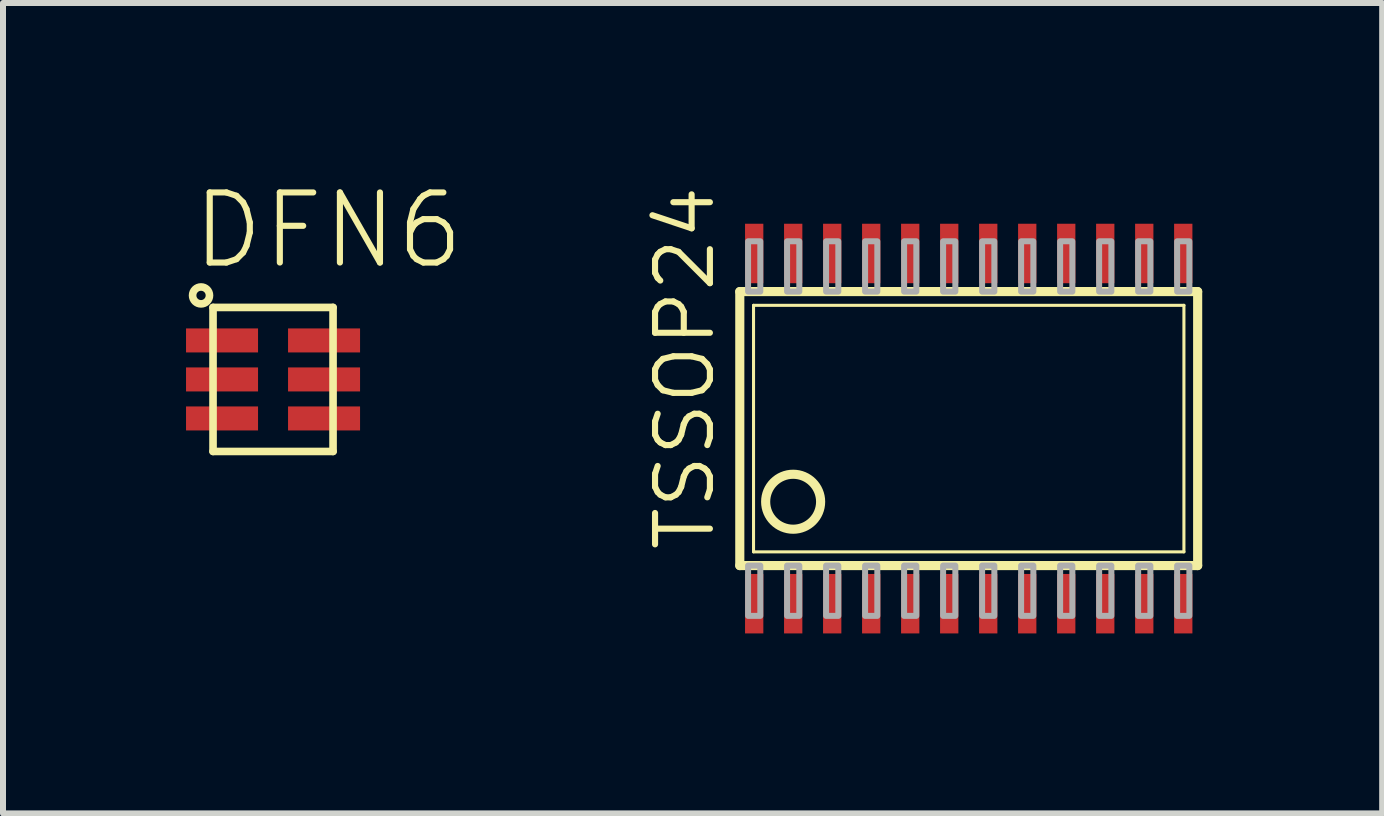
<source format=kicad_pcb>
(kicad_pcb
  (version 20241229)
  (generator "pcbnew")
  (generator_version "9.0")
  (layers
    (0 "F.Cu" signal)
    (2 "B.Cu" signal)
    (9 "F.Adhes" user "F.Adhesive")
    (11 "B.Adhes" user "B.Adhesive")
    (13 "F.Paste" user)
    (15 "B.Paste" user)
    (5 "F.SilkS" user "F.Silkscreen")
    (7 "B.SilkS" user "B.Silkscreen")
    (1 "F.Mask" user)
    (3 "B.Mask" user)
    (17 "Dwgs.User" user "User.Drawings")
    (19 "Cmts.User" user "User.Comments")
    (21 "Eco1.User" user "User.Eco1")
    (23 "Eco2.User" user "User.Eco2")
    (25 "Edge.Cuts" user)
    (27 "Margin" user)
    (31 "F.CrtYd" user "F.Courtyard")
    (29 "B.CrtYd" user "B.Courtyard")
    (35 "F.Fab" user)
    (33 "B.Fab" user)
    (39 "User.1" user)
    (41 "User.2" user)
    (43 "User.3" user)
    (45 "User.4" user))
  (footprint "DFN6"
    (layer "F.Cu")
    (at 1.5 3.273)
    (property "Reference" "DFN6" (at -1.4 -1.8 0) (unlocked yes) (layer "F.SilkS") (effects (font (size 1.168 1.168) (thickness 0.102)) (justify left bottom)))
    (fp_poly (pts (xy -1.5 -0.4) (xy -0.2 -0.4) (xy -0.2 -0.9) (xy -1.5 -0.9)) (stroke (width 0) (type default)) (fill yes) (layer "F.Mask"))
    (fp_poly (pts (xy -1.5 0.25) (xy -0.2 0.25) (xy -0.2 -0.25) (xy -1.5 -0.25)) (stroke (width 0) (type default)) (fill yes) (layer "F.Mask"))
    (fp_poly (pts (xy -1.5 0.9) (xy -0.2 0.9) (xy -0.2 0.4) (xy -1.5 0.4)) (stroke (width 0) (type default)) (fill yes) (layer "F.Mask"))
    (fp_poly (pts (xy 0.2 -0.4) (xy 1.5 -0.4) (xy 1.5 -0.9) (xy 0.2 -0.9)) (stroke (width 0) (type default)) (fill yes) (layer "F.Mask"))
    (fp_poly (pts (xy 0.2 0.25) (xy 1.5 0.25) (xy 1.5 -0.25) (xy 0.2 -0.25)) (stroke (width 0) (type default)) (fill yes) (layer "F.Mask"))
    (fp_poly (pts (xy 0.2 0.9) (xy 1.5 0.9) (xy 1.5 0.4) (xy 0.2 0.4)) (stroke (width 0) (type default)) (fill yes) (layer "F.Mask"))
    (fp_line (start -1 -1.2) (end -1 1.2) (stroke (width 0.127) (type solid)) (layer "F.SilkS"))
    (fp_line (start -1 1.2) (end 1 1.2) (stroke (width 0.127) (type solid)) (layer "F.SilkS"))
    (fp_line (start 1 -1.2) (end -1 -1.2) (stroke (width 0.127) (type solid)) (layer "F.SilkS"))
    (fp_line (start 1 1.2) (end 1 -1.2) (stroke (width 0.127) (type solid)) (layer "F.SilkS"))
    (fp_circle (center -1.2 -1.4) (end -1.059 -1.4) (stroke (width 0.127) (type solid)) (fill no) (layer "F.SilkS"))
    (fp_poly (pts (xy -1.4 -0.5) (xy -0.3 -0.5) (xy -0.3 -0.8) (xy -1.4 -0.8)) (stroke (width 0) (type default)) (fill yes) (layer "F.Paste"))
    (fp_poly (pts (xy -1.4 0.15) (xy -0.3 0.15) (xy -0.3 -0.15) (xy -1.4 -0.15)) (stroke (width 0) (type default)) (fill yes) (layer "F.Paste"))
    (fp_poly (pts (xy -1.4 0.8) (xy -0.3 0.8) (xy -0.3 0.5) (xy -1.4 0.5)) (stroke (width 0) (type default)) (fill yes) (layer "F.Paste"))
    (fp_poly (pts (xy 0.3 -0.5) (xy 1.4 -0.5) (xy 1.4 -0.8) (xy 0.3 -0.8)) (stroke (width 0) (type default)) (fill yes) (layer "F.Paste"))
    (fp_poly (pts (xy 0.3 0.15) (xy 1.4 0.15) (xy 1.4 -0.15) (xy 0.3 -0.15)) (stroke (width 0) (type default)) (fill yes) (layer "F.Paste"))
    (fp_poly (pts (xy 0.3 0.8) (xy 1.4 0.8) (xy 1.4 0.5) (xy 0.3 0.5)) (stroke (width 0) (type default)) (fill yes) (layer "F.Paste"))
    (pad "1" smd rect (at -0.85 -0.65) (size 1.2 0.4) (layers "F.Cu"))
    (pad "2" smd rect (at -0.85 0) (size 1.2 0.4) (layers "F.Cu"))
    (pad "3" smd rect (at -0.85 0.65) (size 1.2 0.4) (layers "F.Cu"))
    (pad "4" smd rect (at 0.85 0.65) (size 1.2 0.4) (layers "F.Cu"))
    (pad "5" smd rect (at 0.85 0) (size 1.2 0.4) (layers "F.Cu"))
    (pad "6" smd rect (at 0.85 -0.65) (size 1.2 0.4) (layers "F.Cu")))
  (footprint "TSSOP24"
    (layer "F.Cu")
    (at 13.093 4.092)
    (property "Reference" "TSSOP24" (at -4.196 2.083 90) (unlocked yes) (layer "F.SilkS") (effects (font (size 0.914 0.914) (thickness 0.102)) (justify left bottom)))
    (fp_line (start -3.815 2.283) (end -3.815 -2.283) (stroke (width 0.152) (type solid)) (layer "F.SilkS"))
    (fp_line (start -3.815 2.283) (end 3.815 2.283) (stroke (width 0.152) (type solid)) (layer "F.SilkS"))
    (fp_line (start -3.586 2.054) (end -3.586 -2.054) (stroke (width 0.051) (type solid)) (layer "F.SilkS"))
    (fp_line (start -3.586 2.054) (end 3.586 2.054) (stroke (width 0.051) (type solid)) (layer "F.SilkS"))
    (fp_line (start 3.586 -2.054) (end -3.586 -2.054) (stroke (width 0.051) (type solid)) (layer "F.SilkS"))
    (fp_line (start 3.586 -2.054) (end 3.586 2.054) (stroke (width 0.051) (type solid)) (layer "F.SilkS"))
    (fp_line (start 3.815 -2.283) (end -3.815 -2.283) (stroke (width 0.152) (type solid)) (layer "F.SilkS"))
    (fp_line (start 3.815 -2.283) (end 3.815 2.283) (stroke (width 0.152) (type solid)) (layer "F.SilkS"))
    (fp_circle (center -2.926 1.219) (end -2.468 1.219) (stroke (width 0.152) (type solid)) (fill no) (layer "F.SilkS"))
    (fp_poly (pts (xy -3.677 -2.283) (xy -3.473 -2.283) (xy -3.473 -3.121) (xy -3.677 -3.121)) (stroke (width 0.1) (type default)) (fill no) (layer "F.Fab"))
    (fp_poly (pts (xy -3.677 3.121) (xy -3.473 3.121) (xy -3.473 2.283) (xy -3.677 2.283)) (stroke (width 0.1) (type default)) (fill no) (layer "F.Fab"))
    (fp_poly (pts (xy -3.027 -2.283) (xy -2.823 -2.283) (xy -2.823 -3.121) (xy -3.027 -3.121)) (stroke (width 0.1) (type default)) (fill no) (layer "F.Fab"))
    (fp_poly (pts (xy -3.027 3.121) (xy -2.823 3.121) (xy -2.823 2.283) (xy -3.027 2.283)) (stroke (width 0.1) (type default)) (fill no) (layer "F.Fab"))
    (fp_poly (pts (xy -2.377 -2.283) (xy -2.173 -2.283) (xy -2.173 -3.121) (xy -2.377 -3.121)) (stroke (width 0.1) (type default)) (fill no) (layer "F.Fab"))
    (fp_poly (pts (xy -2.377 3.121) (xy -2.173 3.121) (xy -2.173 2.283) (xy -2.377 2.283)) (stroke (width 0.1) (type default)) (fill no) (layer "F.Fab"))
    (fp_poly (pts (xy -1.727 -2.283) (xy -1.523 -2.283) (xy -1.523 -3.121) (xy -1.727 -3.121)) (stroke (width 0.1) (type default)) (fill no) (layer "F.Fab"))
    (fp_poly (pts (xy -1.727 3.121) (xy -1.523 3.121) (xy -1.523 2.283) (xy -1.727 2.283)) (stroke (width 0.1) (type default)) (fill no) (layer "F.Fab"))
    (fp_poly (pts (xy -1.077 -2.283) (xy -0.873 -2.283) (xy -0.873 -3.121) (xy -1.077 -3.121)) (stroke (width 0.1) (type default)) (fill no) (layer "F.Fab"))
    (fp_poly (pts (xy -1.077 3.121) (xy -0.873 3.121) (xy -0.873 2.283) (xy -1.077 2.283)) (stroke (width 0.1) (type default)) (fill no) (layer "F.Fab"))
    (fp_poly (pts (xy -0.427 -2.283) (xy -0.223 -2.283) (xy -0.223 -3.121) (xy -0.427 -3.121)) (stroke (width 0.1) (type default)) (fill no) (layer "F.Fab"))
    (fp_poly (pts (xy -0.427 3.121) (xy -0.223 3.121) (xy -0.223 2.283) (xy -0.427 2.283)) (stroke (width 0.1) (type default)) (fill no) (layer "F.Fab"))
    (fp_poly (pts (xy 0.223 -2.283) (xy 0.427 -2.283) (xy 0.427 -3.121) (xy 0.223 -3.121)) (stroke (width 0.1) (type default)) (fill no) (layer "F.Fab"))
    (fp_poly (pts (xy 0.223 3.121) (xy 0.427 3.121) (xy 0.427 2.283) (xy 0.223 2.283)) (stroke (width 0.1) (type default)) (fill no) (layer "F.Fab"))
    (fp_poly (pts (xy 0.873 -2.283) (xy 1.077 -2.283) (xy 1.077 -3.121) (xy 0.873 -3.121)) (stroke (width 0.1) (type default)) (fill no) (layer "F.Fab"))
    (fp_poly (pts (xy 0.873 3.121) (xy 1.077 3.121) (xy 1.077 2.283) (xy 0.873 2.283)) (stroke (width 0.1) (type default)) (fill no) (layer "F.Fab"))
    (fp_poly (pts (xy 1.523 -2.283) (xy 1.727 -2.283) (xy 1.727 -3.121) (xy 1.523 -3.121)) (stroke (width 0.1) (type default)) (fill no) (layer "F.Fab"))
    (fp_poly (pts (xy 1.523 3.121) (xy 1.727 3.121) (xy 1.727 2.283) (xy 1.523 2.283)) (stroke (width 0.1) (type default)) (fill no) (layer "F.Fab"))
    (fp_poly (pts (xy 2.173 -2.283) (xy 2.377 -2.283) (xy 2.377 -3.121) (xy 2.173 -3.121)) (stroke (width 0.1) (type default)) (fill no) (layer "F.Fab"))
    (fp_poly (pts (xy 2.173 3.121) (xy 2.377 3.121) (xy 2.377 2.283) (xy 2.173 2.283)) (stroke (width 0.1) (type default)) (fill no) (layer "F.Fab"))
    (fp_poly (pts (xy 2.823 -2.283) (xy 3.027 -2.283) (xy 3.027 -3.121) (xy 2.823 -3.121)) (stroke (width 0.1) (type default)) (fill no) (layer "F.Fab"))
    (fp_poly (pts (xy 2.823 3.121) (xy 3.027 3.121) (xy 3.027 2.283) (xy 2.823 2.283)) (stroke (width 0.1) (type default)) (fill no) (layer "F.Fab"))
    (fp_poly (pts (xy 3.473 -2.283) (xy 3.677 -2.283) (xy 3.677 -3.121) (xy 3.473 -3.121)) (stroke (width 0.1) (type default)) (fill no) (layer "F.Fab"))
    (fp_poly (pts (xy 3.473 3.121) (xy 3.677 3.121) (xy 3.677 2.283) (xy 3.473 2.283)) (stroke (width 0.1) (type default)) (fill no) (layer "F.Fab"))
    (pad "1" smd rect (at -3.575 2.918) (size 0.305 0.991) (layers "F.Cu" "F.Mask" "F.Paste"))
    (pad "2" smd rect (at -2.925 2.918) (size 0.305 0.991) (layers "F.Cu" "F.Mask" "F.Paste"))
    (pad "3" smd rect (at -2.275 2.918) (size 0.305 0.991) (layers "F.Cu" "F.Mask" "F.Paste"))
    (pad "4" smd rect (at -1.625 2.918) (size 0.305 0.991) (layers "F.Cu" "F.Mask" "F.Paste"))
    (pad "5" smd rect (at -0.975 2.918) (size 0.305 0.991) (layers "F.Cu" "F.Mask" "F.Paste"))
    (pad "6" smd rect (at -0.325 2.918) (size 0.305 0.991) (layers "F.Cu" "F.Mask" "F.Paste"))
    (pad "7" smd rect (at 0.325 2.918) (size 0.305 0.991) (layers "F.Cu" "F.Mask" "F.Paste"))
    (pad "8" smd rect (at 0.975 2.918) (size 0.305 0.991) (layers "F.Cu" "F.Mask" "F.Paste"))
    (pad "9" smd rect (at 1.625 2.918) (size 0.305 0.991) (layers "F.Cu" "F.Mask" "F.Paste"))
    (pad "10" smd rect (at 2.275 2.918) (size 0.305 0.991) (layers "F.Cu" "F.Mask" "F.Paste"))
    (pad "11" smd rect (at 2.925 2.918) (size 0.305 0.991) (layers "F.Cu" "F.Mask" "F.Paste"))
    (pad "12" smd rect (at 3.575 2.918) (size 0.305 0.991) (layers "F.Cu" "F.Mask" "F.Paste"))
    (pad "13" smd rect (at 3.575 -2.918) (size 0.305 0.991) (layers "F.Cu" "F.Mask" "F.Paste"))
    (pad "14" smd rect (at 2.925 -2.918) (size 0.305 0.991) (layers "F.Cu" "F.Mask" "F.Paste"))
    (pad "15" smd rect (at 2.275 -2.918) (size 0.305 0.991) (layers "F.Cu" "F.Mask" "F.Paste"))
    (pad "16" smd rect (at 1.625 -2.918) (size 0.305 0.991) (layers "F.Cu" "F.Mask" "F.Paste"))
    (pad "17" smd rect (at 0.975 -2.918) (size 0.305 0.991) (layers "F.Cu" "F.Mask" "F.Paste"))
    (pad "18" smd rect (at 0.325 -2.918) (size 0.305 0.991) (layers "F.Cu" "F.Mask" "F.Paste"))
    (pad "19" smd rect (at -0.325 -2.918) (size 0.305 0.991) (layers "F.Cu" "F.Mask" "F.Paste"))
    (pad "20" smd rect (at -0.975 -2.918) (size 0.305 0.991) (layers "F.Cu" "F.Mask" "F.Paste"))
    (pad "21" smd rect (at -1.625 -2.918) (size 0.305 0.991) (layers "F.Cu" "F.Mask" "F.Paste"))
    (pad "22" smd rect (at -2.275 -2.918) (size 0.305 0.991) (layers "F.Cu" "F.Mask" "F.Paste"))
    (pad "23" smd rect (at -2.925 -2.918) (size 0.305 0.991) (layers "F.Cu" "F.Mask" "F.Paste"))
    (pad "24" smd rect (at -3.575 -2.918) (size 0.305 0.991) (layers "F.Cu" "F.Mask" "F.Paste")))
  (gr_rect
    (start -3 -3)
    (end 19.983 10.505)
    (stroke (width 0.1) (type default))
    (fill no)
    (layer "Edge.Cuts")))
</source>
